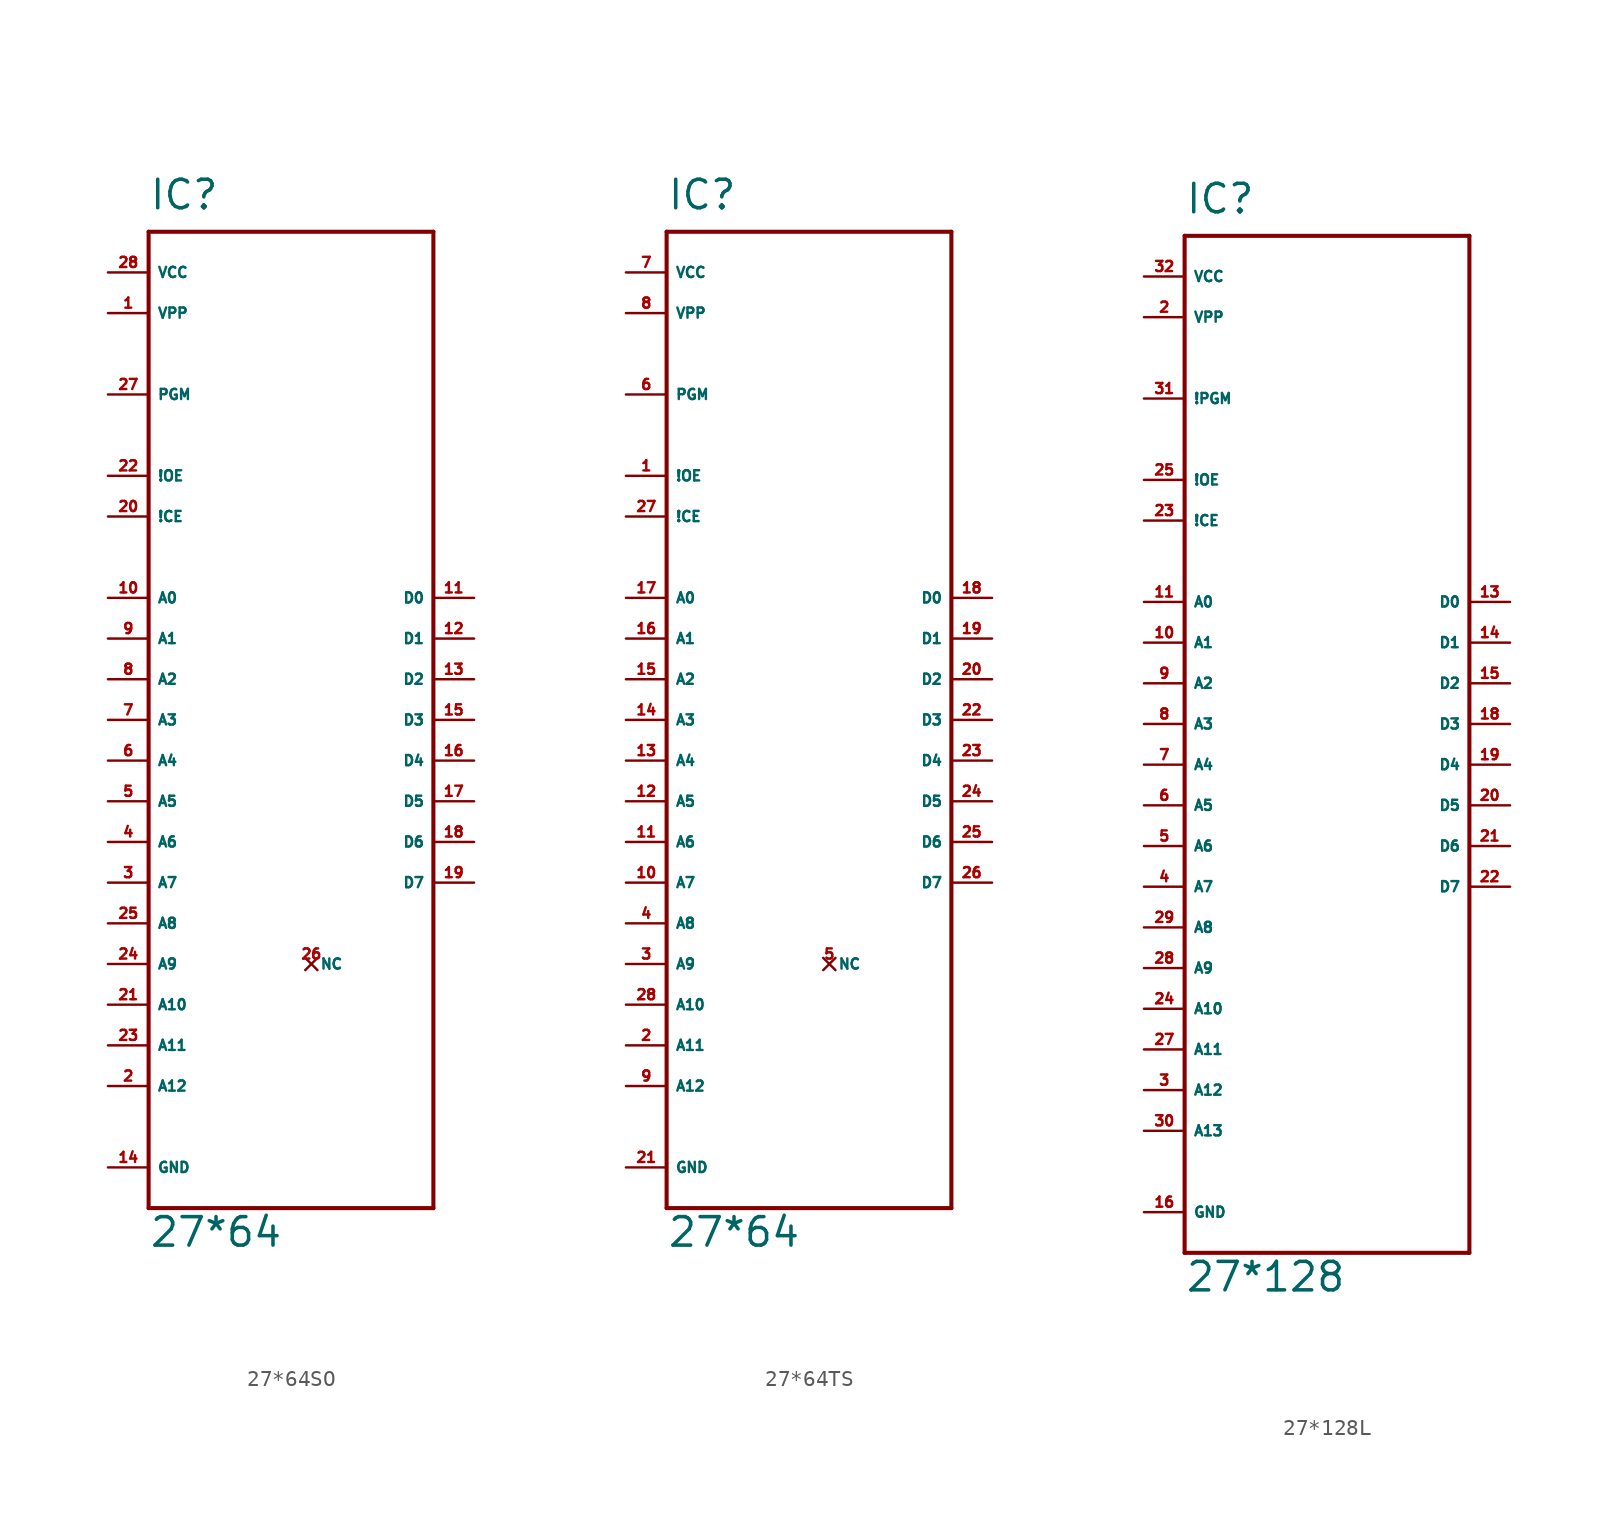
<source format=kicad_sym>
(kicad_symbol_lib
  (version 20220914)
  (generator Eagle2Kicad)
  (symbol "27*64SO"
    (property "Reference" "IC"
      (at -7.62 31.75 0)
      (effects (font (size 1.778 1.778) (thickness 0.22)) (justify left bottom)))
    (property "Value" "27*64"
      (at -7.62 -33.02 0)
      (effects (font (size 1.778 1.778) (thickness 0.22)) (justify left bottom)))
    (polyline
      (pts (xy -7.62 30.48) (xy 10.16 30.48))
      (stroke (width 0.254) (type default))
      (fill (type none)))
    (polyline
      (pts (xy 10.16 30.48) (xy 10.16 -30.48))
      (stroke (width 0.254) (type default))
      (fill (type none)))
    (polyline
      (pts (xy 10.16 -30.48) (xy -7.62 -30.48))
      (stroke (width 0.254) (type default))
      (fill (type none)))
    (polyline
      (pts (xy -7.62 -30.48) (xy -7.62 30.48))
      (stroke (width 0.254) (type default))
      (fill (type none)))
    (pin input line
      (at -10.16 7.62 0)
      (length 2.54)
      (name "A0" (effects (font (size 0.635 0.635) (thickness 0.08)) (justify left bottom)))
      (number "10" (effects (font (size 0.635 0.635) (thickness 0.08)) (justify left bottom))))
    (pin input line
      (at -10.16 5.08 0)
      (length 2.54)
      (name "A1" (effects (font (size 0.635 0.635) (thickness 0.08)) (justify left bottom)))
      (number "9" (effects (font (size 0.635 0.635) (thickness 0.08)) (justify left bottom))))
    (pin input line
      (at -10.16 2.54 0)
      (length 2.54)
      (name "A2" (effects (font (size 0.635 0.635) (thickness 0.08)) (justify left bottom)))
      (number "8" (effects (font (size 0.635 0.635) (thickness 0.08)) (justify left bottom))))
    (pin input line
      (at -10.16 0 0)
      (length 2.54)
      (name "A3" (effects (font (size 0.635 0.635) (thickness 0.08)) (justify left bottom)))
      (number "7" (effects (font (size 0.635 0.635) (thickness 0.08)) (justify left bottom))))
    (pin input line
      (at -10.16 -2.54 0)
      (length 2.54)
      (name "A4" (effects (font (size 0.635 0.635) (thickness 0.08)) (justify left bottom)))
      (number "6" (effects (font (size 0.635 0.635) (thickness 0.08)) (justify left bottom))))
    (pin input line
      (at -10.16 -5.08 0)
      (length 2.54)
      (name "A5" (effects (font (size 0.635 0.635) (thickness 0.08)) (justify left bottom)))
      (number "5" (effects (font (size 0.635 0.635) (thickness 0.08)) (justify left bottom))))
    (pin input line
      (at -10.16 -7.62 0)
      (length 2.54)
      (name "A6" (effects (font (size 0.635 0.635) (thickness 0.08)) (justify left bottom)))
      (number "4" (effects (font (size 0.635 0.635) (thickness 0.08)) (justify left bottom))))
    (pin input line
      (at -10.16 -10.16 0)
      (length 2.54)
      (name "A7" (effects (font (size 0.635 0.635) (thickness 0.08)) (justify left bottom)))
      (number "3" (effects (font (size 0.635 0.635) (thickness 0.08)) (justify left bottom))))
    (pin input line
      (at -10.16 -12.7 0)
      (length 2.54)
      (name "A8" (effects (font (size 0.635 0.635) (thickness 0.08)) (justify left bottom)))
      (number "25" (effects (font (size 0.635 0.635) (thickness 0.08)) (justify left bottom))))
    (pin input line
      (at -10.16 12.7 0)
      (length 2.54)
      (name "!CE" (effects (font (size 0.635 0.635) (thickness 0.08)) (justify left bottom)))
      (number "20" (effects (font (size 0.635 0.635) (thickness 0.08)) (justify left bottom))))
    (pin input line
      (at -10.16 15.24 0)
      (length 2.54)
      (name "!OE" (effects (font (size 0.635 0.635) (thickness 0.08)) (justify left bottom)))
      (number "22" (effects (font (size 0.635 0.635) (thickness 0.08)) (justify left bottom))))
    (pin tri_state line
      (at 12.7 7.62 180)
      (length 2.54)
      (name "D0" (effects (font (size 0.635 0.635) (thickness 0.08)) (justify left bottom)))
      (number "11" (effects (font (size 0.635 0.635) (thickness 0.08)) (justify left bottom))))
    (pin tri_state line
      (at 12.7 5.08 180)
      (length 2.54)
      (name "D1" (effects (font (size 0.635 0.635) (thickness 0.08)) (justify left bottom)))
      (number "12" (effects (font (size 0.635 0.635) (thickness 0.08)) (justify left bottom))))
    (pin tri_state line
      (at 12.7 2.54 180)
      (length 2.54)
      (name "D2" (effects (font (size 0.635 0.635) (thickness 0.08)) (justify left bottom)))
      (number "13" (effects (font (size 0.635 0.635) (thickness 0.08)) (justify left bottom))))
    (pin tri_state line
      (at 12.7 0 180)
      (length 2.54)
      (name "D3" (effects (font (size 0.635 0.635) (thickness 0.08)) (justify left bottom)))
      (number "15" (effects (font (size 0.635 0.635) (thickness 0.08)) (justify left bottom))))
    (pin tri_state line
      (at 12.7 -2.54 180)
      (length 2.54)
      (name "D4" (effects (font (size 0.635 0.635) (thickness 0.08)) (justify left bottom)))
      (number "16" (effects (font (size 0.635 0.635) (thickness 0.08)) (justify left bottom))))
    (pin tri_state line
      (at 12.7 -5.08 180)
      (length 2.54)
      (name "D5" (effects (font (size 0.635 0.635) (thickness 0.08)) (justify left bottom)))
      (number "17" (effects (font (size 0.635 0.635) (thickness 0.08)) (justify left bottom))))
    (pin tri_state line
      (at 12.7 -7.62 180)
      (length 2.54)
      (name "D6" (effects (font (size 0.635 0.635) (thickness 0.08)) (justify left bottom)))
      (number "18" (effects (font (size 0.635 0.635) (thickness 0.08)) (justify left bottom))))
    (pin tri_state line
      (at 12.7 -10.16 180)
      (length 2.54)
      (name "D7" (effects (font (size 0.635 0.635) (thickness 0.08)) (justify left bottom)))
      (number "19" (effects (font (size 0.635 0.635) (thickness 0.08)) (justify left bottom))))
    (pin unspecified line
      (at -10.16 27.94 0)
      (length 2.54)
      (name "VCC" (effects (font (size 0.635 0.635) (thickness 0.08)) (justify left bottom)))
      (number "28" (effects (font (size 0.635 0.635) (thickness 0.08)) (justify left bottom))))
    (pin unspecified line
      (at -10.16 -27.94 0)
      (length 2.54)
      (name "GND" (effects (font (size 0.635 0.635) (thickness 0.08)) (justify left bottom)))
      (number "14" (effects (font (size 0.635 0.635) (thickness 0.08)) (justify left bottom))))
    (pin input line
      (at -10.16 -15.24 0)
      (length 2.54)
      (name "A9" (effects (font (size 0.635 0.635) (thickness 0.08)) (justify left bottom)))
      (number "24" (effects (font (size 0.635 0.635) (thickness 0.08)) (justify left bottom))))
    (pin input line
      (at -10.16 -17.78 0)
      (length 2.54)
      (name "A10" (effects (font (size 0.635 0.635) (thickness 0.08)) (justify left bottom)))
      (number "21" (effects (font (size 0.635 0.635) (thickness 0.08)) (justify left bottom))))
    (pin input line
      (at -10.16 20.32 0)
      (length 2.54)
      (name "PGM" (effects (font (size 0.635 0.635) (thickness 0.08)) (justify left bottom)))
      (number "27" (effects (font (size 0.635 0.635) (thickness 0.08)) (justify left bottom))))
    (pin input line
      (at -10.16 -20.32 0)
      (length 2.54)
      (name "A11" (effects (font (size 0.635 0.635) (thickness 0.08)) (justify left bottom)))
      (number "23" (effects (font (size 0.635 0.635) (thickness 0.08)) (justify left bottom))))
    (pin input line
      (at -10.16 -22.86 0)
      (length 2.54)
      (name "A12" (effects (font (size 0.635 0.635) (thickness 0.08)) (justify left bottom)))
      (number "2" (effects (font (size 0.635 0.635) (thickness 0.08)) (justify left bottom))))
    (pin input line
      (at -10.16 25.4 0)
      (length 2.54)
      (name "VPP" (effects (font (size 0.635 0.635) (thickness 0.08)) (justify left bottom)))
      (number "1" (effects (font (size 0.635 0.635) (thickness 0.08)) (justify left bottom))))
    (pin no_connect line
      (at 2.54 -15.24 0)
      (length 0)
      (name "NC" (effects (font (size 0.635 0.635) (thickness 0.08)) (justify left bottom) hide))
      (number "26" (effects (font (size 0.635 0.635) (thickness 0.08)) (justify left bottom) hide))))
  (symbol "27*64TS"
    (property "Reference" "IC"
      (at -7.62 31.75 0)
      (effects (font (size 1.778 1.778) (thickness 0.22)) (justify left bottom)))
    (property "Value" "27*64"
      (at -7.62 -33.02 0)
      (effects (font (size 1.778 1.778) (thickness 0.22)) (justify left bottom)))
    (polyline
      (pts (xy -7.62 30.48) (xy 10.16 30.48))
      (stroke (width 0.254) (type default))
      (fill (type none)))
    (polyline
      (pts (xy 10.16 30.48) (xy 10.16 -30.48))
      (stroke (width 0.254) (type default))
      (fill (type none)))
    (polyline
      (pts (xy 10.16 -30.48) (xy -7.62 -30.48))
      (stroke (width 0.254) (type default))
      (fill (type none)))
    (polyline
      (pts (xy -7.62 -30.48) (xy -7.62 30.48))
      (stroke (width 0.254) (type default))
      (fill (type none)))
    (pin input line
      (at -10.16 7.62 0)
      (length 2.54)
      (name "A0" (effects (font (size 0.635 0.635) (thickness 0.08)) (justify left bottom)))
      (number "17" (effects (font (size 0.635 0.635) (thickness 0.08)) (justify left bottom))))
    (pin input line
      (at -10.16 5.08 0)
      (length 2.54)
      (name "A1" (effects (font (size 0.635 0.635) (thickness 0.08)) (justify left bottom)))
      (number "16" (effects (font (size 0.635 0.635) (thickness 0.08)) (justify left bottom))))
    (pin input line
      (at -10.16 2.54 0)
      (length 2.54)
      (name "A2" (effects (font (size 0.635 0.635) (thickness 0.08)) (justify left bottom)))
      (number "15" (effects (font (size 0.635 0.635) (thickness 0.08)) (justify left bottom))))
    (pin input line
      (at -10.16 0 0)
      (length 2.54)
      (name "A3" (effects (font (size 0.635 0.635) (thickness 0.08)) (justify left bottom)))
      (number "14" (effects (font (size 0.635 0.635) (thickness 0.08)) (justify left bottom))))
    (pin input line
      (at -10.16 -2.54 0)
      (length 2.54)
      (name "A4" (effects (font (size 0.635 0.635) (thickness 0.08)) (justify left bottom)))
      (number "13" (effects (font (size 0.635 0.635) (thickness 0.08)) (justify left bottom))))
    (pin input line
      (at -10.16 -5.08 0)
      (length 2.54)
      (name "A5" (effects (font (size 0.635 0.635) (thickness 0.08)) (justify left bottom)))
      (number "12" (effects (font (size 0.635 0.635) (thickness 0.08)) (justify left bottom))))
    (pin input line
      (at -10.16 -7.62 0)
      (length 2.54)
      (name "A6" (effects (font (size 0.635 0.635) (thickness 0.08)) (justify left bottom)))
      (number "11" (effects (font (size 0.635 0.635) (thickness 0.08)) (justify left bottom))))
    (pin input line
      (at -10.16 -10.16 0)
      (length 2.54)
      (name "A7" (effects (font (size 0.635 0.635) (thickness 0.08)) (justify left bottom)))
      (number "10" (effects (font (size 0.635 0.635) (thickness 0.08)) (justify left bottom))))
    (pin input line
      (at -10.16 -12.7 0)
      (length 2.54)
      (name "A8" (effects (font (size 0.635 0.635) (thickness 0.08)) (justify left bottom)))
      (number "4" (effects (font (size 0.635 0.635) (thickness 0.08)) (justify left bottom))))
    (pin input line
      (at -10.16 12.7 0)
      (length 2.54)
      (name "!CE" (effects (font (size 0.635 0.635) (thickness 0.08)) (justify left bottom)))
      (number "27" (effects (font (size 0.635 0.635) (thickness 0.08)) (justify left bottom))))
    (pin input line
      (at -10.16 15.24 0)
      (length 2.54)
      (name "!OE" (effects (font (size 0.635 0.635) (thickness 0.08)) (justify left bottom)))
      (number "1" (effects (font (size 0.635 0.635) (thickness 0.08)) (justify left bottom))))
    (pin tri_state line
      (at 12.7 7.62 180)
      (length 2.54)
      (name "D0" (effects (font (size 0.635 0.635) (thickness 0.08)) (justify left bottom)))
      (number "18" (effects (font (size 0.635 0.635) (thickness 0.08)) (justify left bottom))))
    (pin tri_state line
      (at 12.7 5.08 180)
      (length 2.54)
      (name "D1" (effects (font (size 0.635 0.635) (thickness 0.08)) (justify left bottom)))
      (number "19" (effects (font (size 0.635 0.635) (thickness 0.08)) (justify left bottom))))
    (pin tri_state line
      (at 12.7 2.54 180)
      (length 2.54)
      (name "D2" (effects (font (size 0.635 0.635) (thickness 0.08)) (justify left bottom)))
      (number "20" (effects (font (size 0.635 0.635) (thickness 0.08)) (justify left bottom))))
    (pin tri_state line
      (at 12.7 0 180)
      (length 2.54)
      (name "D3" (effects (font (size 0.635 0.635) (thickness 0.08)) (justify left bottom)))
      (number "22" (effects (font (size 0.635 0.635) (thickness 0.08)) (justify left bottom))))
    (pin tri_state line
      (at 12.7 -2.54 180)
      (length 2.54)
      (name "D4" (effects (font (size 0.635 0.635) (thickness 0.08)) (justify left bottom)))
      (number "23" (effects (font (size 0.635 0.635) (thickness 0.08)) (justify left bottom))))
    (pin tri_state line
      (at 12.7 -5.08 180)
      (length 2.54)
      (name "D5" (effects (font (size 0.635 0.635) (thickness 0.08)) (justify left bottom)))
      (number "24" (effects (font (size 0.635 0.635) (thickness 0.08)) (justify left bottom))))
    (pin tri_state line
      (at 12.7 -7.62 180)
      (length 2.54)
      (name "D6" (effects (font (size 0.635 0.635) (thickness 0.08)) (justify left bottom)))
      (number "25" (effects (font (size 0.635 0.635) (thickness 0.08)) (justify left bottom))))
    (pin tri_state line
      (at 12.7 -10.16 180)
      (length 2.54)
      (name "D7" (effects (font (size 0.635 0.635) (thickness 0.08)) (justify left bottom)))
      (number "26" (effects (font (size 0.635 0.635) (thickness 0.08)) (justify left bottom))))
    (pin unspecified line
      (at -10.16 27.94 0)
      (length 2.54)
      (name "VCC" (effects (font (size 0.635 0.635) (thickness 0.08)) (justify left bottom)))
      (number "7" (effects (font (size 0.635 0.635) (thickness 0.08)) (justify left bottom))))
    (pin unspecified line
      (at -10.16 -27.94 0)
      (length 2.54)
      (name "GND" (effects (font (size 0.635 0.635) (thickness 0.08)) (justify left bottom)))
      (number "21" (effects (font (size 0.635 0.635) (thickness 0.08)) (justify left bottom))))
    (pin input line
      (at -10.16 -15.24 0)
      (length 2.54)
      (name "A9" (effects (font (size 0.635 0.635) (thickness 0.08)) (justify left bottom)))
      (number "3" (effects (font (size 0.635 0.635) (thickness 0.08)) (justify left bottom))))
    (pin input line
      (at -10.16 -17.78 0)
      (length 2.54)
      (name "A10" (effects (font (size 0.635 0.635) (thickness 0.08)) (justify left bottom)))
      (number "28" (effects (font (size 0.635 0.635) (thickness 0.08)) (justify left bottom))))
    (pin input line
      (at -10.16 20.32 0)
      (length 2.54)
      (name "PGM" (effects (font (size 0.635 0.635) (thickness 0.08)) (justify left bottom)))
      (number "6" (effects (font (size 0.635 0.635) (thickness 0.08)) (justify left bottom))))
    (pin input line
      (at -10.16 -20.32 0)
      (length 2.54)
      (name "A11" (effects (font (size 0.635 0.635) (thickness 0.08)) (justify left bottom)))
      (number "2" (effects (font (size 0.635 0.635) (thickness 0.08)) (justify left bottom))))
    (pin input line
      (at -10.16 -22.86 0)
      (length 2.54)
      (name "A12" (effects (font (size 0.635 0.635) (thickness 0.08)) (justify left bottom)))
      (number "9" (effects (font (size 0.635 0.635) (thickness 0.08)) (justify left bottom))))
    (pin input line
      (at -10.16 25.4 0)
      (length 2.54)
      (name "VPP" (effects (font (size 0.635 0.635) (thickness 0.08)) (justify left bottom)))
      (number "8" (effects (font (size 0.635 0.635) (thickness 0.08)) (justify left bottom))))
    (pin no_connect line
      (at 2.54 -15.24 0)
      (length 0)
      (name "NC" (effects (font (size 0.635 0.635) (thickness 0.08)) (justify left bottom) hide))
      (number "5" (effects (font (size 0.635 0.635) (thickness 0.08)) (justify left bottom) hide))))
  (symbol "27*128L"
    (property "Reference" "IC"
      (at -7.62 31.75 0)
      (effects (font (size 1.778 1.778) (thickness 0.22)) (justify left bottom)))
    (property "Value" "27*128"
      (at -7.62 -35.56 0)
      (effects (font (size 1.778 1.778) (thickness 0.22)) (justify left bottom)))
    (polyline
      (pts (xy -7.62 30.48) (xy 10.16 30.48))
      (stroke (width 0.254) (type default))
      (fill (type none)))
    (polyline
      (pts (xy 10.16 30.48) (xy 10.16 -33.02))
      (stroke (width 0.254) (type default))
      (fill (type none)))
    (polyline
      (pts (xy 10.16 -33.02) (xy -7.62 -33.02))
      (stroke (width 0.254) (type default))
      (fill (type none)))
    (polyline
      (pts (xy -7.62 -33.02) (xy -7.62 30.48))
      (stroke (width 0.254) (type default))
      (fill (type none)))
    (pin input line
      (at -10.16 7.62 0)
      (length 2.54)
      (name "A0" (effects (font (size 0.635 0.635) (thickness 0.08)) (justify left bottom)))
      (number "11" (effects (font (size 0.635 0.635) (thickness 0.08)) (justify left bottom))))
    (pin input line
      (at -10.16 5.08 0)
      (length 2.54)
      (name "A1" (effects (font (size 0.635 0.635) (thickness 0.08)) (justify left bottom)))
      (number "10" (effects (font (size 0.635 0.635) (thickness 0.08)) (justify left bottom))))
    (pin input line
      (at -10.16 2.54 0)
      (length 2.54)
      (name "A2" (effects (font (size 0.635 0.635) (thickness 0.08)) (justify left bottom)))
      (number "9" (effects (font (size 0.635 0.635) (thickness 0.08)) (justify left bottom))))
    (pin input line
      (at -10.16 0 0)
      (length 2.54)
      (name "A3" (effects (font (size 0.635 0.635) (thickness 0.08)) (justify left bottom)))
      (number "8" (effects (font (size 0.635 0.635) (thickness 0.08)) (justify left bottom))))
    (pin input line
      (at -10.16 -2.54 0)
      (length 2.54)
      (name "A4" (effects (font (size 0.635 0.635) (thickness 0.08)) (justify left bottom)))
      (number "7" (effects (font (size 0.635 0.635) (thickness 0.08)) (justify left bottom))))
    (pin input line
      (at -10.16 -5.08 0)
      (length 2.54)
      (name "A5" (effects (font (size 0.635 0.635) (thickness 0.08)) (justify left bottom)))
      (number "6" (effects (font (size 0.635 0.635) (thickness 0.08)) (justify left bottom))))
    (pin input line
      (at -10.16 -7.62 0)
      (length 2.54)
      (name "A6" (effects (font (size 0.635 0.635) (thickness 0.08)) (justify left bottom)))
      (number "5" (effects (font (size 0.635 0.635) (thickness 0.08)) (justify left bottom))))
    (pin input line
      (at -10.16 -10.16 0)
      (length 2.54)
      (name "A7" (effects (font (size 0.635 0.635) (thickness 0.08)) (justify left bottom)))
      (number "4" (effects (font (size 0.635 0.635) (thickness 0.08)) (justify left bottom))))
    (pin input line
      (at -10.16 -12.7 0)
      (length 2.54)
      (name "A8" (effects (font (size 0.635 0.635) (thickness 0.08)) (justify left bottom)))
      (number "29" (effects (font (size 0.635 0.635) (thickness 0.08)) (justify left bottom))))
    (pin input line
      (at -10.16 12.7 0)
      (length 2.54)
      (name "!CE" (effects (font (size 0.635 0.635) (thickness 0.08)) (justify left bottom)))
      (number "23" (effects (font (size 0.635 0.635) (thickness 0.08)) (justify left bottom))))
    (pin input line
      (at -10.16 15.24 0)
      (length 2.54)
      (name "!OE" (effects (font (size 0.635 0.635) (thickness 0.08)) (justify left bottom)))
      (number "25" (effects (font (size 0.635 0.635) (thickness 0.08)) (justify left bottom))))
    (pin tri_state line
      (at 12.7 7.62 180)
      (length 2.54)
      (name "D0" (effects (font (size 0.635 0.635) (thickness 0.08)) (justify left bottom)))
      (number "13" (effects (font (size 0.635 0.635) (thickness 0.08)) (justify left bottom))))
    (pin tri_state line
      (at 12.7 5.08 180)
      (length 2.54)
      (name "D1" (effects (font (size 0.635 0.635) (thickness 0.08)) (justify left bottom)))
      (number "14" (effects (font (size 0.635 0.635) (thickness 0.08)) (justify left bottom))))
    (pin tri_state line
      (at 12.7 2.54 180)
      (length 2.54)
      (name "D2" (effects (font (size 0.635 0.635) (thickness 0.08)) (justify left bottom)))
      (number "15" (effects (font (size 0.635 0.635) (thickness 0.08)) (justify left bottom))))
    (pin tri_state line
      (at 12.7 0 180)
      (length 2.54)
      (name "D3" (effects (font (size 0.635 0.635) (thickness 0.08)) (justify left bottom)))
      (number "18" (effects (font (size 0.635 0.635) (thickness 0.08)) (justify left bottom))))
    (pin tri_state line
      (at 12.7 -2.54 180)
      (length 2.54)
      (name "D4" (effects (font (size 0.635 0.635) (thickness 0.08)) (justify left bottom)))
      (number "19" (effects (font (size 0.635 0.635) (thickness 0.08)) (justify left bottom))))
    (pin tri_state line
      (at 12.7 -5.08 180)
      (length 2.54)
      (name "D5" (effects (font (size 0.635 0.635) (thickness 0.08)) (justify left bottom)))
      (number "20" (effects (font (size 0.635 0.635) (thickness 0.08)) (justify left bottom))))
    (pin tri_state line
      (at 12.7 -7.62 180)
      (length 2.54)
      (name "D6" (effects (font (size 0.635 0.635) (thickness 0.08)) (justify left bottom)))
      (number "21" (effects (font (size 0.635 0.635) (thickness 0.08)) (justify left bottom))))
    (pin tri_state line
      (at 12.7 -10.16 180)
      (length 2.54)
      (name "D7" (effects (font (size 0.635 0.635) (thickness 0.08)) (justify left bottom)))
      (number "22" (effects (font (size 0.635 0.635) (thickness 0.08)) (justify left bottom))))
    (pin unspecified line
      (at -10.16 27.94 0)
      (length 2.54)
      (name "VCC" (effects (font (size 0.635 0.635) (thickness 0.08)) (justify left bottom)))
      (number "32" (effects (font (size 0.635 0.635) (thickness 0.08)) (justify left bottom))))
    (pin unspecified line
      (at -10.16 -30.48 0)
      (length 2.54)
      (name "GND" (effects (font (size 0.635 0.635) (thickness 0.08)) (justify left bottom)))
      (number "16" (effects (font (size 0.635 0.635) (thickness 0.08)) (justify left bottom))))
    (pin input line
      (at -10.16 -15.24 0)
      (length 2.54)
      (name "A9" (effects (font (size 0.635 0.635) (thickness 0.08)) (justify left bottom)))
      (number "28" (effects (font (size 0.635 0.635) (thickness 0.08)) (justify left bottom))))
    (pin input line
      (at -10.16 -17.78 0)
      (length 2.54)
      (name "A10" (effects (font (size 0.635 0.635) (thickness 0.08)) (justify left bottom)))
      (number "24" (effects (font (size 0.635 0.635) (thickness 0.08)) (justify left bottom))))
    (pin passive line
      (at -10.16 20.32 0)
      (length 2.54)
      (name "!PGM" (effects (font (size 0.635 0.635) (thickness 0.08)) (justify left bottom)))
      (number "31" (effects (font (size 0.635 0.635) (thickness 0.08)) (justify left bottom))))
    (pin input line
      (at -10.16 -20.32 0)
      (length 2.54)
      (name "A11" (effects (font (size 0.635 0.635) (thickness 0.08)) (justify left bottom)))
      (number "27" (effects (font (size 0.635 0.635) (thickness 0.08)) (justify left bottom))))
    (pin input line
      (at -10.16 -22.86 0)
      (length 2.54)
      (name "A12" (effects (font (size 0.635 0.635) (thickness 0.08)) (justify left bottom)))
      (number "3" (effects (font (size 0.635 0.635) (thickness 0.08)) (justify left bottom))))
    (pin input line
      (at -10.16 25.4 0)
      (length 2.54)
      (name "VPP" (effects (font (size 0.635 0.635) (thickness 0.08)) (justify left bottom)))
      (number "2" (effects (font (size 0.635 0.635) (thickness 0.08)) (justify left bottom))))
    (pin input line
      (at -10.16 -25.4 0)
      (length 2.54)
      (name "A13" (effects (font (size 0.635 0.635) (thickness 0.08)) (justify left bottom)))
      (number "30" (effects (font (size 0.635 0.635) (thickness 0.08)) (justify left bottom))))))
</source>
